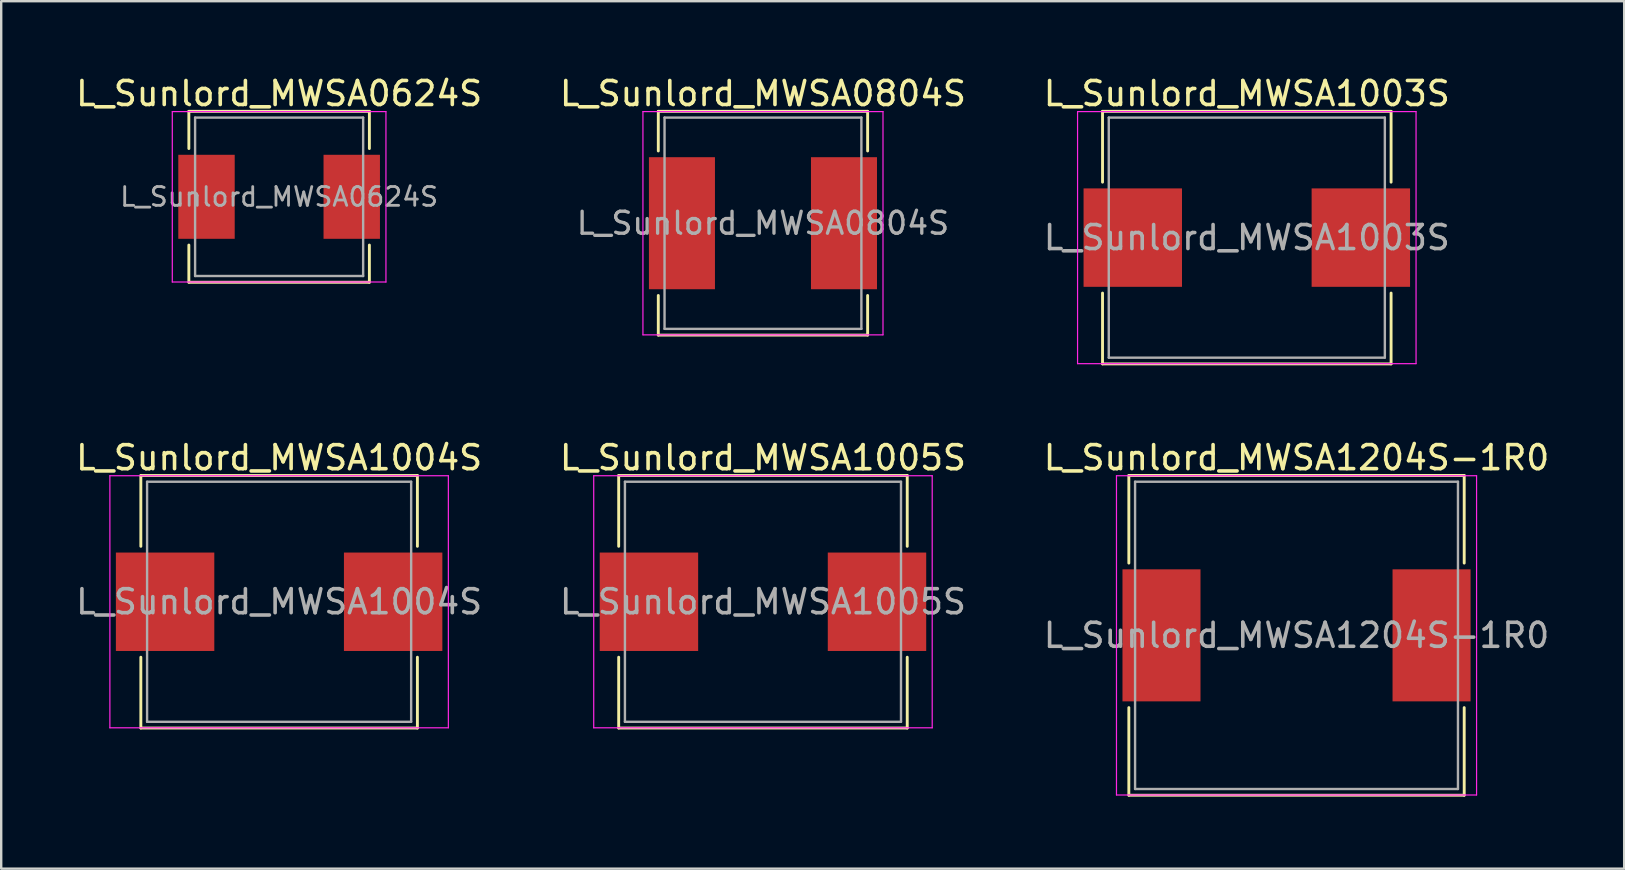
<source format=kicad_pcb>
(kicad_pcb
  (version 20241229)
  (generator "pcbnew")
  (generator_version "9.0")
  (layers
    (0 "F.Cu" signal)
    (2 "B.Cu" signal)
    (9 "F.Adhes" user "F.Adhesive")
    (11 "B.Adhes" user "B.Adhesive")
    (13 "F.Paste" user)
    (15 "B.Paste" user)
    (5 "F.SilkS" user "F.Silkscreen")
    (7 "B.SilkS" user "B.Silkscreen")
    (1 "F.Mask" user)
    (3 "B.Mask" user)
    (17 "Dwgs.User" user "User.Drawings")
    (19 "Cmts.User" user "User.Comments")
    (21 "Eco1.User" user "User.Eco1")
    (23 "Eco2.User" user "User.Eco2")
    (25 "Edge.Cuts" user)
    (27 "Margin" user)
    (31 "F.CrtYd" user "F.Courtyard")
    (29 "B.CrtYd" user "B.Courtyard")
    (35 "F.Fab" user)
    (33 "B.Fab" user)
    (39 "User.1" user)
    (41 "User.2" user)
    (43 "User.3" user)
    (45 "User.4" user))
  (footprint "L_Sunlord_MWSA1204S-1R0"
    (layer "F.Cu")
    (at 50.958 23.416)
    (property "Reference" "L_Sunlord_MWSA1204S-1R0" (at 0 -7.4 0) (layer "F.SilkS") (effects (font (size 1 1) (thickness 0.15))))
    (attr smd)
    (fp_line (start -6.985 -6.66) (end -6.985 -3.01) (stroke (width 0.12) (type solid)) (layer "F.SilkS"))
    (fp_line (start -6.985 -6.66) (end 6.985 -6.66) (stroke (width 0.12) (type solid)) (layer "F.SilkS"))
    (fp_line (start -6.985 6.66) (end -6.985 3.01) (stroke (width 0.12) (type solid)) (layer "F.SilkS"))
    (fp_line (start -6.985 6.66) (end 6.985 6.66) (stroke (width 0.12) (type solid)) (layer "F.SilkS"))
    (fp_line (start 6.985 -6.66) (end 6.985 -3.01) (stroke (width 0.12) (type solid)) (layer "F.SilkS"))
    (fp_line (start 6.985 6.66) (end 6.985 3.01) (stroke (width 0.12) (type solid)) (layer "F.SilkS"))
    (fp_line (start -7.5 -6.65) (end -7.5 6.65) (stroke (width 0.05) (type solid)) (layer "F.CrtYd"))
    (fp_line (start -7.5 6.65) (end 7.5 6.65) (stroke (width 0.05) (type solid)) (layer "F.CrtYd"))
    (fp_line (start 7.5 -6.65) (end -7.5 -6.65) (stroke (width 0.05) (type solid)) (layer "F.CrtYd"))
    (fp_line (start 7.5 6.65) (end 7.5 -6.65) (stroke (width 0.05) (type solid)) (layer "F.CrtYd"))
    (fp_line (start -6.725 -6.4) (end -6.725 6.4) (stroke (width 0.1) (type solid)) (layer "F.Fab"))
    (fp_line (start -6.725 6.4) (end 6.725 6.4) (stroke (width 0.1) (type solid)) (layer "F.Fab"))
    (fp_line (start 6.725 -6.4) (end -6.725 -6.4) (stroke (width 0.1) (type solid)) (layer "F.Fab"))
    (fp_line (start 6.725 6.4) (end 6.725 -6.4) (stroke (width 0.1) (type solid)) (layer "F.Fab"))
    (fp_text user "${REFERENCE}" (at 0 0 0) (layer "F.Fab") (effects (font (size 1 1) (thickness 0.15))))
    (pad "1" smd rect (at -5.625 0) (size 3.25 5.5) (layers "F.Cu" "F.Mask" "F.Paste"))
    (pad "2" smd rect (at 5.625 0) (size 3.25 5.5) (layers "F.Cu" "F.Mask" "F.Paste")))
  (footprint "L_Sunlord_MWSA1003S"
    (layer "F.Cu")
    (at 48.887 6.848)
    (property "Reference" "L_Sunlord_MWSA1003S" (at 0 -6 0) (layer "F.SilkS") (effects (font (size 1 1) (thickness 0.15))))
    (attr smd)
    (fp_line (start -6.01 -5.26) (end -6.01 -2.31) (stroke (width 0.12) (type solid)) (layer "F.SilkS"))
    (fp_line (start -6.01 -5.26) (end 6.01 -5.26) (stroke (width 0.12) (type solid)) (layer "F.SilkS"))
    (fp_line (start -6.01 5.26) (end -6.01 2.31) (stroke (width 0.12) (type solid)) (layer "F.SilkS"))
    (fp_line (start -6.01 5.26) (end 6.01 5.26) (stroke (width 0.12) (type solid)) (layer "F.SilkS"))
    (fp_line (start 6.01 -5.26) (end 6.01 -2.31) (stroke (width 0.12) (type solid)) (layer "F.SilkS"))
    (fp_line (start 6.01 5.26) (end 6.01 2.31) (stroke (width 0.12) (type solid)) (layer "F.SilkS"))
    (fp_line (start -7.05 -5.25) (end -7.05 5.25) (stroke (width 0.05) (type solid)) (layer "F.CrtYd"))
    (fp_line (start -7.05 5.25) (end 7.05 5.25) (stroke (width 0.05) (type solid)) (layer "F.CrtYd"))
    (fp_line (start 7.05 -5.25) (end -7.05 -5.25) (stroke (width 0.05) (type solid)) (layer "F.CrtYd"))
    (fp_line (start 7.05 5.25) (end 7.05 -5.25) (stroke (width 0.05) (type solid)) (layer "F.CrtYd"))
    (fp_line (start -5.75 -5) (end -5.75 5) (stroke (width 0.1) (type solid)) (layer "F.Fab"))
    (fp_line (start -5.75 5) (end 5.75 5) (stroke (width 0.1) (type solid)) (layer "F.Fab"))
    (fp_line (start 5.75 -5) (end -5.75 -5) (stroke (width 0.1) (type solid)) (layer "F.Fab"))
    (fp_line (start 5.75 5) (end 5.75 -5) (stroke (width 0.1) (type solid)) (layer "F.Fab"))
    (fp_text user "${REFERENCE}" (at 0 0 0) (layer "F.Fab") (effects (font (size 1 1) (thickness 0.15))))
    (pad "1" smd rect (at -4.75 0) (size 4.1 4.1) (layers "F.Cu" "F.Mask" "F.Paste"))
    (pad "2" smd rect (at 4.75 0) (size 4.1 4.1) (layers "F.Cu" "F.Mask" "F.Paste")))
  (footprint "L_Sunlord_MWSA0624S"
    (layer "F.Cu")
    (at 8.577 5.148)
    (property "Reference" "L_Sunlord_MWSA0624S" (at 0 -4.3 0) (layer "F.SilkS") (effects (font (size 1 1) (thickness 0.15))))
    (attr smd)
    (fp_line (start -3.76 -3.56) (end -3.76 -2.01) (stroke (width 0.12) (type solid)) (layer "F.SilkS"))
    (fp_line (start -3.76 -3.56) (end 3.76 -3.56) (stroke (width 0.12) (type solid)) (layer "F.SilkS"))
    (fp_line (start -3.76 3.56) (end -3.76 2.01) (stroke (width 0.12) (type solid)) (layer "F.SilkS"))
    (fp_line (start -3.76 3.56) (end 3.76 3.56) (stroke (width 0.12) (type solid)) (layer "F.SilkS"))
    (fp_line (start 3.76 -3.56) (end 3.76 -2.01) (stroke (width 0.12) (type solid)) (layer "F.SilkS"))
    (fp_line (start 3.76 3.56) (end 3.76 2.01) (stroke (width 0.12) (type solid)) (layer "F.SilkS"))
    (fp_line (start -4.45 -3.55) (end -4.45 3.55) (stroke (width 0.05) (type solid)) (layer "F.CrtYd"))
    (fp_line (start -4.45 3.55) (end 4.45 3.55) (stroke (width 0.05) (type solid)) (layer "F.CrtYd"))
    (fp_line (start 4.45 -3.55) (end -4.45 -3.55) (stroke (width 0.05) (type solid)) (layer "F.CrtYd"))
    (fp_line (start 4.45 3.55) (end 4.45 -3.55) (stroke (width 0.05) (type solid)) (layer "F.CrtYd"))
    (fp_line (start -3.5 -3.3) (end -3.5 3.3) (stroke (width 0.1) (type solid)) (layer "F.Fab"))
    (fp_line (start -3.5 3.3) (end 3.5 3.3) (stroke (width 0.1) (type solid)) (layer "F.Fab"))
    (fp_line (start 3.5 -3.3) (end -3.5 -3.3) (stroke (width 0.1) (type solid)) (layer "F.Fab"))
    (fp_line (start 3.5 3.3) (end 3.5 -3.3) (stroke (width 0.1) (type solid)) (layer "F.Fab"))
    (fp_text user "${REFERENCE}" (at 0 0 0) (layer "F.Fab") (effects (font (size 0.783 0.783) (thickness 0.117))))
    (pad "1" smd rect (at -3.025 0) (size 2.35 3.5) (layers "F.Cu" "F.Mask" "F.Paste"))
    (pad "2" smd rect (at 3.025 0) (size 2.35 3.5) (layers "F.Cu" "F.Mask" "F.Paste")))
  (footprint "L_Sunlord_MWSA1004S"
    (layer "F.Cu")
    (at 8.577 22.017)
    (property "Reference" "L_Sunlord_MWSA1004S" (at 0 -6 0) (layer "F.SilkS") (effects (font (size 1 1) (thickness 0.15))))
    (attr smd)
    (fp_line (start -5.76 -5.26) (end -5.76 -2.31) (stroke (width 0.12) (type solid)) (layer "F.SilkS"))
    (fp_line (start -5.76 -5.26) (end 5.76 -5.26) (stroke (width 0.12) (type solid)) (layer "F.SilkS"))
    (fp_line (start -5.76 5.26) (end -5.76 2.31) (stroke (width 0.12) (type solid)) (layer "F.SilkS"))
    (fp_line (start -5.76 5.26) (end 5.76 5.26) (stroke (width 0.12) (type solid)) (layer "F.SilkS"))
    (fp_line (start 5.76 -5.26) (end 5.76 -2.31) (stroke (width 0.12) (type solid)) (layer "F.SilkS"))
    (fp_line (start 5.76 5.26) (end 5.76 2.31) (stroke (width 0.12) (type solid)) (layer "F.SilkS"))
    (fp_line (start -7.05 -5.25) (end -7.05 5.25) (stroke (width 0.05) (type solid)) (layer "F.CrtYd"))
    (fp_line (start -7.05 5.25) (end 7.05 5.25) (stroke (width 0.05) (type solid)) (layer "F.CrtYd"))
    (fp_line (start 7.05 -5.25) (end -7.05 -5.25) (stroke (width 0.05) (type solid)) (layer "F.CrtYd"))
    (fp_line (start 7.05 5.25) (end 7.05 -5.25) (stroke (width 0.05) (type solid)) (layer "F.CrtYd"))
    (fp_line (start -5.5 -5) (end -5.5 5) (stroke (width 0.1) (type solid)) (layer "F.Fab"))
    (fp_line (start -5.5 5) (end 5.5 5) (stroke (width 0.1) (type solid)) (layer "F.Fab"))
    (fp_line (start 5.5 -5) (end -5.5 -5) (stroke (width 0.1) (type solid)) (layer "F.Fab"))
    (fp_line (start 5.5 5) (end 5.5 -5) (stroke (width 0.1) (type solid)) (layer "F.Fab"))
    (fp_text user "${REFERENCE}" (at 0 0 0) (layer "F.Fab") (effects (font (size 1 1) (thickness 0.15))))
    (pad "1" smd rect (at -4.75 0) (size 4.1 4.1) (layers "F.Cu" "F.Mask" "F.Paste"))
    (pad "2" smd rect (at 4.75 0) (size 4.1 4.1) (layers "F.Cu" "F.Mask" "F.Paste")))
  (footprint "L_Sunlord_MWSA0804S"
    (layer "F.Cu")
    (at 28.732 6.248)
    (property "Reference" "L_Sunlord_MWSA0804S" (at 0 -5.4 0) (layer "F.SilkS") (effects (font (size 1 1) (thickness 0.15))))
    (attr smd)
    (fp_line (start -4.36 -4.66) (end -4.36 -3.01) (stroke (width 0.12) (type solid)) (layer "F.SilkS"))
    (fp_line (start -4.36 -4.66) (end 4.36 -4.66) (stroke (width 0.12) (type solid)) (layer "F.SilkS"))
    (fp_line (start -4.36 4.66) (end -4.36 3.01) (stroke (width 0.12) (type solid)) (layer "F.SilkS"))
    (fp_line (start -4.36 4.66) (end 4.36 4.66) (stroke (width 0.12) (type solid)) (layer "F.SilkS"))
    (fp_line (start 4.36 -4.66) (end 4.36 -3.01) (stroke (width 0.12) (type solid)) (layer "F.SilkS"))
    (fp_line (start 4.36 4.66) (end 4.36 3.01) (stroke (width 0.12) (type solid)) (layer "F.SilkS"))
    (fp_line (start -5 -4.65) (end -5 4.65) (stroke (width 0.05) (type solid)) (layer "F.CrtYd"))
    (fp_line (start -5 4.65) (end 5 4.65) (stroke (width 0.05) (type solid)) (layer "F.CrtYd"))
    (fp_line (start 5 -4.65) (end -5 -4.65) (stroke (width 0.05) (type solid)) (layer "F.CrtYd"))
    (fp_line (start 5 4.65) (end 5 -4.65) (stroke (width 0.05) (type solid)) (layer "F.CrtYd"))
    (fp_line (start -4.1 -4.4) (end -4.1 4.4) (stroke (width 0.1) (type solid)) (layer "F.Fab"))
    (fp_line (start -4.1 4.4) (end 4.1 4.4) (stroke (width 0.1) (type solid)) (layer "F.Fab"))
    (fp_line (start 4.1 -4.4) (end -4.1 -4.4) (stroke (width 0.1) (type solid)) (layer "F.Fab"))
    (fp_line (start 4.1 4.4) (end 4.1 -4.4) (stroke (width 0.1) (type solid)) (layer "F.Fab"))
    (fp_text user "${REFERENCE}" (at 0 0 0) (layer "F.Fab") (effects (font (size 0.917 0.917) (thickness 0.138))))
    (pad "1" smd rect (at -3.375 0) (size 2.75 5.5) (layers "F.Cu" "F.Mask" "F.Paste"))
    (pad "2" smd rect (at 3.375 0) (size 2.75 5.5) (layers "F.Cu" "F.Mask" "F.Paste")))
  (footprint "L_Sunlord_MWSA1005S"
    (layer "F.Cu")
    (at 28.732 22.017)
    (property "Reference" "L_Sunlord_MWSA1005S" (at 0 -6 0) (layer "F.SilkS") (effects (font (size 1 1) (thickness 0.15))))
    (attr smd)
    (fp_line (start -6.01 -5.26) (end -6.01 -2.31) (stroke (width 0.12) (type solid)) (layer "F.SilkS"))
    (fp_line (start -6.01 -5.26) (end 6.01 -5.26) (stroke (width 0.12) (type solid)) (layer "F.SilkS"))
    (fp_line (start -6.01 5.26) (end -6.01 2.31) (stroke (width 0.12) (type solid)) (layer "F.SilkS"))
    (fp_line (start -6.01 5.26) (end 6.01 5.26) (stroke (width 0.12) (type solid)) (layer "F.SilkS"))
    (fp_line (start 6.01 -5.26) (end 6.01 -2.31) (stroke (width 0.12) (type solid)) (layer "F.SilkS"))
    (fp_line (start 6.01 5.26) (end 6.01 2.31) (stroke (width 0.12) (type solid)) (layer "F.SilkS"))
    (fp_line (start -7.05 -5.25) (end -7.05 5.25) (stroke (width 0.05) (type solid)) (layer "F.CrtYd"))
    (fp_line (start -7.05 5.25) (end 7.05 5.25) (stroke (width 0.05) (type solid)) (layer "F.CrtYd"))
    (fp_line (start 7.05 -5.25) (end -7.05 -5.25) (stroke (width 0.05) (type solid)) (layer "F.CrtYd"))
    (fp_line (start 7.05 5.25) (end 7.05 -5.25) (stroke (width 0.05) (type solid)) (layer "F.CrtYd"))
    (fp_line (start -5.75 -5) (end -5.75 5) (stroke (width 0.1) (type solid)) (layer "F.Fab"))
    (fp_line (start -5.75 5) (end 5.75 5) (stroke (width 0.1) (type solid)) (layer "F.Fab"))
    (fp_line (start 5.75 -5) (end -5.75 -5) (stroke (width 0.1) (type solid)) (layer "F.Fab"))
    (fp_line (start 5.75 5) (end 5.75 -5) (stroke (width 0.1) (type solid)) (layer "F.Fab"))
    (fp_text user "${REFERENCE}" (at 0 0 0) (layer "F.Fab") (effects (font (size 1 1) (thickness 0.15))))
    (pad "1" smd rect (at -4.75 0) (size 4.1 4.1) (layers "F.Cu" "F.Mask" "F.Paste"))
    (pad "2" smd rect (at 4.75 0) (size 4.1 4.1) (layers "F.Cu" "F.Mask" "F.Paste")))
  (gr_rect
    (start -3 -3)
    (end 64.607 33.136)
    (stroke (width 0.1) (type default))
    (fill no)
    (layer "Edge.Cuts")))
</source>
